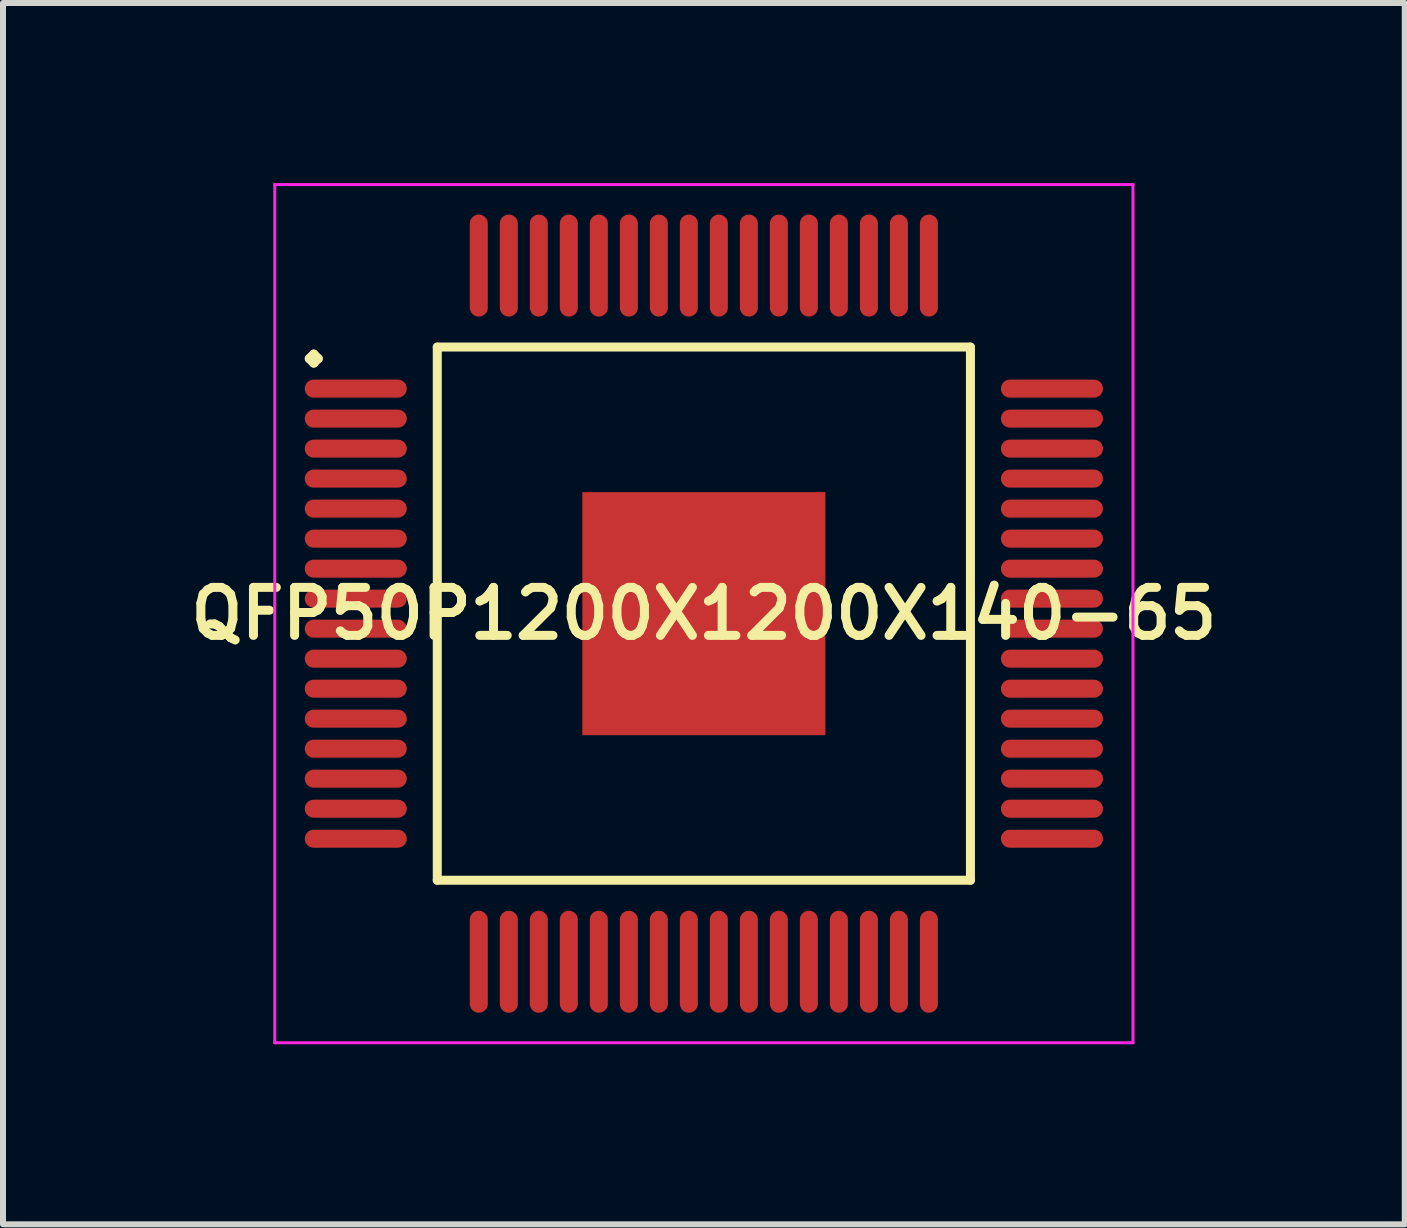
<source format=kicad_pcb>
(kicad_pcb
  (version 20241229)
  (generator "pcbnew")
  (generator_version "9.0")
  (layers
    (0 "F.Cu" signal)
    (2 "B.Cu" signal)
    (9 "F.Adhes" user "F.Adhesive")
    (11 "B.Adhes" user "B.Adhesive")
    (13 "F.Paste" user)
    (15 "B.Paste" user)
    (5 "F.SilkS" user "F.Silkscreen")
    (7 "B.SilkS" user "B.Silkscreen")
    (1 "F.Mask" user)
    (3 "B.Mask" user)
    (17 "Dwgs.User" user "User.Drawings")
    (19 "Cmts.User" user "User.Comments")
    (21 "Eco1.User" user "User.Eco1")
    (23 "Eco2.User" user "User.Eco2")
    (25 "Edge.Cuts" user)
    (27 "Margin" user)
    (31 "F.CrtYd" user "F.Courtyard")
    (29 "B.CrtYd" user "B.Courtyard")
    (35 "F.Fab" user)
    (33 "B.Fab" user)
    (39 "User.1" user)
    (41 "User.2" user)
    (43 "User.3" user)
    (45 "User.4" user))
  (footprint "QFP50P1200X1200X140-65"
    (layer "F.Cu")
    (at 8.678 7.175)
    (property "Reference" "QFP50P1200X1200X140-65" (at 0 0 0) (layer "F.SilkS") (effects (font (size 0.8 0.8) (thickness 0.15))))
    (attr smd)
    (fp_line (start -6.575 -4.25) (end -6.5 -4.325) (stroke (width 0.15) (type solid)) (layer "F.SilkS"))
    (fp_line (start -6.5 -4.325) (end -6.425 -4.25) (stroke (width 0.15) (type solid)) (layer "F.SilkS"))
    (fp_line (start -6.5 -4.175) (end -6.575 -4.25) (stroke (width 0.15) (type solid)) (layer "F.SilkS"))
    (fp_line (start -6.425 -4.25) (end -6.5 -4.175) (stroke (width 0.15) (type solid)) (layer "F.SilkS"))
    (fp_line (start -4.442 -4.442) (end -4.442 4.442) (stroke (width 0.15) (type solid)) (layer "F.SilkS"))
    (fp_line (start -4.442 4.442) (end 4.442 4.442) (stroke (width 0.15) (type solid)) (layer "F.SilkS"))
    (fp_line (start 4.442 -4.442) (end -4.442 -4.442) (stroke (width 0.15) (type solid)) (layer "F.SilkS"))
    (fp_line (start 4.442 4.442) (end 4.442 -4.442) (stroke (width 0.15) (type solid)) (layer "F.SilkS"))
    (fp_line (start -7.15 -7.15) (end 7.15 -7.15) (stroke (width 0.05) (type solid)) (layer "F.CrtYd"))
    (fp_line (start -7.15 7.15) (end -7.15 -7.15) (stroke (width 0.05) (type solid)) (layer "F.CrtYd"))
    (fp_line (start 7.15 -7.15) (end 7.15 7.15) (stroke (width 0.05) (type solid)) (layer "F.CrtYd"))
    (fp_line (start 7.15 7.15) (end -7.15 7.15) (stroke (width 0.05) (type solid)) (layer "F.CrtYd"))
    (pad "1" smd oval (at -5.8 -3.75) (size 1.7 0.3) (layers "F.Cu" "F.Mask" "F.Paste"))
    (pad "2" smd oval (at -5.8 -3.25) (size 1.7 0.3) (layers "F.Cu" "F.Mask" "F.Paste"))
    (pad "3" smd oval (at -5.8 -2.75) (size 1.7 0.3) (layers "F.Cu" "F.Mask" "F.Paste"))
    (pad "4" smd oval (at -5.8 -2.25) (size 1.7 0.3) (layers "F.Cu" "F.Mask" "F.Paste"))
    (pad "5" smd oval (at -5.8 -1.75) (size 1.7 0.3) (layers "F.Cu" "F.Mask" "F.Paste"))
    (pad "6" smd oval (at -5.8 -1.25) (size 1.7 0.3) (layers "F.Cu" "F.Mask" "F.Paste"))
    (pad "7" smd oval (at -5.8 -0.75) (size 1.7 0.3) (layers "F.Cu" "F.Mask" "F.Paste"))
    (pad "8" smd oval (at -5.8 -0.25) (size 1.7 0.3) (layers "F.Cu" "F.Mask" "F.Paste"))
    (pad "9" smd oval (at -5.8 0.25) (size 1.7 0.3) (layers "F.Cu" "F.Mask" "F.Paste"))
    (pad "10" smd oval (at -5.8 0.75) (size 1.7 0.3) (layers "F.Cu" "F.Mask" "F.Paste"))
    (pad "11" smd oval (at -5.8 1.25) (size 1.7 0.3) (layers "F.Cu" "F.Mask" "F.Paste"))
    (pad "12" smd oval (at -5.8 1.75) (size 1.7 0.3) (layers "F.Cu" "F.Mask" "F.Paste"))
    (pad "13" smd oval (at -5.8 2.25) (size 1.7 0.3) (layers "F.Cu" "F.Mask" "F.Paste"))
    (pad "14" smd oval (at -5.8 2.75) (size 1.7 0.3) (layers "F.Cu" "F.Mask" "F.Paste"))
    (pad "15" smd oval (at -5.8 3.25) (size 1.7 0.3) (layers "F.Cu" "F.Mask" "F.Paste"))
    (pad "16" smd oval (at -5.8 3.75) (size 1.7 0.3) (layers "F.Cu" "F.Mask" "F.Paste"))
    (pad "17" smd oval (at -3.75 5.8) (size 0.3 1.7) (layers "F.Cu" "F.Mask" "F.Paste"))
    (pad "18" smd oval (at -3.25 5.8) (size 0.3 1.7) (layers "F.Cu" "F.Mask" "F.Paste"))
    (pad "19" smd oval (at -2.75 5.8) (size 0.3 1.7) (layers "F.Cu" "F.Mask" "F.Paste"))
    (pad "20" smd oval (at -2.25 5.8) (size 0.3 1.7) (layers "F.Cu" "F.Mask" "F.Paste"))
    (pad "21" smd oval (at -1.75 5.8) (size 0.3 1.7) (layers "F.Cu" "F.Mask" "F.Paste"))
    (pad "22" smd oval (at -1.25 5.8) (size 0.3 1.7) (layers "F.Cu" "F.Mask" "F.Paste"))
    (pad "23" smd oval (at -0.75 5.8) (size 0.3 1.7) (layers "F.Cu" "F.Mask" "F.Paste"))
    (pad "24" smd oval (at -0.25 5.8) (size 0.3 1.7) (layers "F.Cu" "F.Mask" "F.Paste"))
    (pad "25" smd oval (at 0.25 5.8) (size 0.3 1.7) (layers "F.Cu" "F.Mask" "F.Paste"))
    (pad "26" smd oval (at 0.75 5.8) (size 0.3 1.7) (layers "F.Cu" "F.Mask" "F.Paste"))
    (pad "27" smd oval (at 1.25 5.8) (size 0.3 1.7) (layers "F.Cu" "F.Mask" "F.Paste"))
    (pad "28" smd oval (at 1.75 5.8) (size 0.3 1.7) (layers "F.Cu" "F.Mask" "F.Paste"))
    (pad "29" smd oval (at 2.25 5.8) (size 0.3 1.7) (layers "F.Cu" "F.Mask" "F.Paste"))
    (pad "30" smd oval (at 2.75 5.8) (size 0.3 1.7) (layers "F.Cu" "F.Mask" "F.Paste"))
    (pad "31" smd oval (at 3.25 5.8) (size 0.3 1.7) (layers "F.Cu" "F.Mask" "F.Paste"))
    (pad "32" smd oval (at 3.75 5.8) (size 0.3 1.7) (layers "F.Cu" "F.Mask" "F.Paste"))
    (pad "33" smd oval (at 5.8 3.75) (size 1.7 0.3) (layers "F.Cu" "F.Mask" "F.Paste"))
    (pad "34" smd oval (at 5.8 3.25) (size 1.7 0.3) (layers "F.Cu" "F.Mask" "F.Paste"))
    (pad "35" smd oval (at 5.8 2.75) (size 1.7 0.3) (layers "F.Cu" "F.Mask" "F.Paste"))
    (pad "36" smd oval (at 5.8 2.25) (size 1.7 0.3) (layers "F.Cu" "F.Mask" "F.Paste"))
    (pad "37" smd oval (at 5.8 1.75) (size 1.7 0.3) (layers "F.Cu" "F.Mask" "F.Paste"))
    (pad "38" smd oval (at 5.8 1.25) (size 1.7 0.3) (layers "F.Cu" "F.Mask" "F.Paste"))
    (pad "39" smd oval (at 5.8 0.75) (size 1.7 0.3) (layers "F.Cu" "F.Mask" "F.Paste"))
    (pad "40" smd oval (at 5.8 0.25) (size 1.7 0.3) (layers "F.Cu" "F.Mask" "F.Paste"))
    (pad "41" smd oval (at 5.8 -0.25) (size 1.7 0.3) (layers "F.Cu" "F.Mask" "F.Paste"))
    (pad "42" smd oval (at 5.8 -0.75) (size 1.7 0.3) (layers "F.Cu" "F.Mask" "F.Paste"))
    (pad "43" smd oval (at 5.8 -1.25) (size 1.7 0.3) (layers "F.Cu" "F.Mask" "F.Paste"))
    (pad "44" smd oval (at 5.8 -1.75) (size 1.7 0.3) (layers "F.Cu" "F.Mask" "F.Paste"))
    (pad "45" smd oval (at 5.8 -2.25) (size 1.7 0.3) (layers "F.Cu" "F.Mask" "F.Paste"))
    (pad "46" smd oval (at 5.8 -2.75) (size 1.7 0.3) (layers "F.Cu" "F.Mask" "F.Paste"))
    (pad "47" smd oval (at 5.8 -3.25) (size 1.7 0.3) (layers "F.Cu" "F.Mask" "F.Paste"))
    (pad "48" smd oval (at 5.8 -3.75) (size 1.7 0.3) (layers "F.Cu" "F.Mask" "F.Paste"))
    (pad "49" smd oval (at 3.75 -5.8) (size 0.3 1.7) (layers "F.Cu" "F.Mask" "F.Paste"))
    (pad "50" smd oval (at 3.25 -5.8) (size 0.3 1.7) (layers "F.Cu" "F.Mask" "F.Paste"))
    (pad "51" smd oval (at 2.75 -5.8) (size 0.3 1.7) (layers "F.Cu" "F.Mask" "F.Paste"))
    (pad "52" smd oval (at 2.25 -5.8) (size 0.3 1.7) (layers "F.Cu" "F.Mask" "F.Paste"))
    (pad "53" smd oval (at 1.75 -5.8) (size 0.3 1.7) (layers "F.Cu" "F.Mask" "F.Paste"))
    (pad "54" smd oval (at 1.25 -5.8) (size 0.3 1.7) (layers "F.Cu" "F.Mask" "F.Paste"))
    (pad "55" smd oval (at 0.75 -5.8) (size 0.3 1.7) (layers "F.Cu" "F.Mask" "F.Paste"))
    (pad "56" smd oval (at 0.25 -5.8) (size 0.3 1.7) (layers "F.Cu" "F.Mask" "F.Paste"))
    (pad "57" smd oval (at -0.25 -5.8) (size 0.3 1.7) (layers "F.Cu" "F.Mask" "F.Paste"))
    (pad "58" smd oval (at -0.75 -5.8) (size 0.3 1.7) (layers "F.Cu" "F.Mask" "F.Paste"))
    (pad "59" smd oval (at -1.25 -5.8) (size 0.3 1.7) (layers "F.Cu" "F.Mask" "F.Paste"))
    (pad "60" smd oval (at -1.75 -5.8) (size 0.3 1.7) (layers "F.Cu" "F.Mask" "F.Paste"))
    (pad "61" smd oval (at -2.25 -5.8) (size 0.3 1.7) (layers "F.Cu" "F.Mask" "F.Paste"))
    (pad "62" smd oval (at -2.75 -5.8) (size 0.3 1.7) (layers "F.Cu" "F.Mask" "F.Paste"))
    (pad "63" smd oval (at -3.25 -5.8) (size 0.3 1.7) (layers "F.Cu" "F.Mask" "F.Paste"))
    (pad "64" smd oval (at -3.75 -5.8) (size 0.3 1.7) (layers "F.Cu" "F.Mask" "F.Paste"))
    (pad "65" smd rect (at 0 0) (size 4.05 4.05) (layers "F.Cu" "F.Mask" "F.Paste")))
  (gr_rect
    (start -3 -3)
    (end 20.357 17.35)
    (stroke (width 0.1) (type default))
    (fill no)
    (layer "Edge.Cuts")))
</source>
